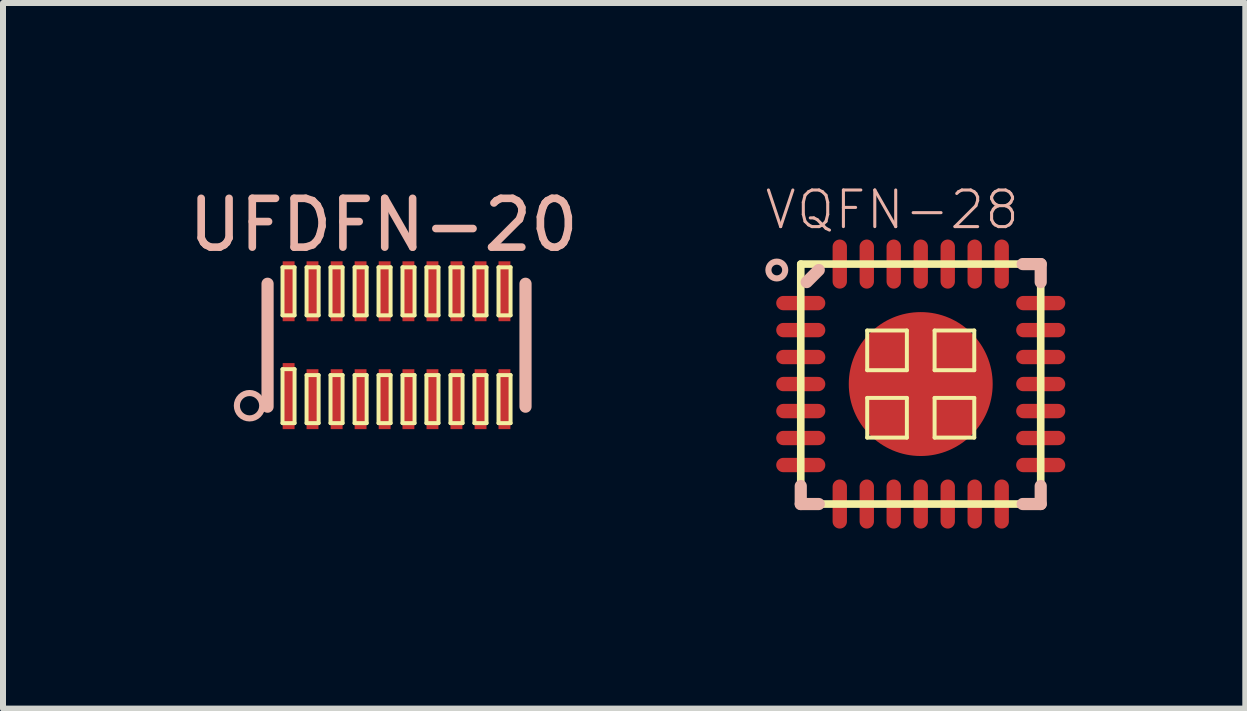
<source format=kicad_pcb>
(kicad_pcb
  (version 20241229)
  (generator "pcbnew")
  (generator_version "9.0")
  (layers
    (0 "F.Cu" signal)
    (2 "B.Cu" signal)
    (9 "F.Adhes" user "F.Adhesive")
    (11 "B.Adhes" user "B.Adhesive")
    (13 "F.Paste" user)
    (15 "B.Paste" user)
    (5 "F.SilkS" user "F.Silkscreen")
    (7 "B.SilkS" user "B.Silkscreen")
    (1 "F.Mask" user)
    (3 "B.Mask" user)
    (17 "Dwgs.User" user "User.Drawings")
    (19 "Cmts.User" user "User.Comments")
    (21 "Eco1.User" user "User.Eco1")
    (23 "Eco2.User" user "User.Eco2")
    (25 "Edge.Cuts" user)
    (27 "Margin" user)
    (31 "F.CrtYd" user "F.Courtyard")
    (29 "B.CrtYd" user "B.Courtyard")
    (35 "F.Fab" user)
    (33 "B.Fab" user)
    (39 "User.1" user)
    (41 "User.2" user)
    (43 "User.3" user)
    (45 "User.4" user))
  (footprint "UFDFN-20"
    (layer "F.Cu")
    (at 3.557 2.702)
    (property "Reference" "UFDFN-20" (at -0.216 -2.004 0) (layer "B.SilkS") (effects (font (size 0.813 0.813) (thickness 0.127))))
    (attr smd)
    (fp_line (start -2.149 -1.024) (end -2.149 1.024) (stroke (width 0.127) (type solid)) (layer "F.SilkS"))
    (fp_line (start -1.9 -1.298) (end -1.699 -1.298) (stroke (width 0.066) (type solid)) (layer "F.SilkS"))
    (fp_line (start -1.9 -0.498) (end -1.9 -1.298) (stroke (width 0.066) (type solid)) (layer "F.SilkS"))
    (fp_line (start -1.9 -0.498) (end -1.699 -0.498) (stroke (width 0.066) (type solid)) (layer "F.SilkS"))
    (fp_line (start -1.9 0.399) (end -1.699 0.399) (stroke (width 0.066) (type solid)) (layer "F.SilkS"))
    (fp_line (start -1.9 1.298) (end -1.9 0.399) (stroke (width 0.066) (type solid)) (layer "F.SilkS"))
    (fp_line (start -1.9 1.298) (end -1.699 1.298) (stroke (width 0.066) (type solid)) (layer "F.SilkS"))
    (fp_line (start -1.699 -0.498) (end -1.699 -1.298) (stroke (width 0.066) (type solid)) (layer "F.SilkS"))
    (fp_line (start -1.699 1.298) (end -1.699 0.399) (stroke (width 0.066) (type solid)) (layer "F.SilkS"))
    (fp_line (start -1.499 -1.298) (end -1.298 -1.298) (stroke (width 0.066) (type solid)) (layer "F.SilkS"))
    (fp_line (start -1.499 -0.498) (end -1.499 -1.298) (stroke (width 0.066) (type solid)) (layer "F.SilkS"))
    (fp_line (start -1.499 -0.498) (end -1.298 -0.498) (stroke (width 0.066) (type solid)) (layer "F.SilkS"))
    (fp_line (start -1.499 0.498) (end -1.298 0.498) (stroke (width 0.066) (type solid)) (layer "F.SilkS"))
    (fp_line (start -1.499 1.298) (end -1.499 0.498) (stroke (width 0.066) (type solid)) (layer "F.SilkS"))
    (fp_line (start -1.499 1.298) (end -1.298 1.298) (stroke (width 0.066) (type solid)) (layer "F.SilkS"))
    (fp_line (start -1.298 -0.498) (end -1.298 -1.298) (stroke (width 0.066) (type solid)) (layer "F.SilkS"))
    (fp_line (start -1.298 1.298) (end -1.298 0.498) (stroke (width 0.066) (type solid)) (layer "F.SilkS"))
    (fp_line (start -1.1 -1.298) (end -0.899 -1.298) (stroke (width 0.066) (type solid)) (layer "F.SilkS"))
    (fp_line (start -1.1 -0.498) (end -1.1 -1.298) (stroke (width 0.066) (type solid)) (layer "F.SilkS"))
    (fp_line (start -1.1 -0.498) (end -0.899 -0.498) (stroke (width 0.066) (type solid)) (layer "F.SilkS"))
    (fp_line (start -1.1 0.498) (end -0.899 0.498) (stroke (width 0.066) (type solid)) (layer "F.SilkS"))
    (fp_line (start -1.1 1.298) (end -1.1 0.498) (stroke (width 0.066) (type solid)) (layer "F.SilkS"))
    (fp_line (start -1.1 1.298) (end -0.899 1.298) (stroke (width 0.066) (type solid)) (layer "F.SilkS"))
    (fp_line (start -0.899 -0.498) (end -0.899 -1.298) (stroke (width 0.066) (type solid)) (layer "F.SilkS"))
    (fp_line (start -0.899 1.298) (end -0.899 0.498) (stroke (width 0.066) (type solid)) (layer "F.SilkS"))
    (fp_line (start -0.699 -1.298) (end -0.498 -1.298) (stroke (width 0.066) (type solid)) (layer "F.SilkS"))
    (fp_line (start -0.699 -0.498) (end -0.699 -1.298) (stroke (width 0.066) (type solid)) (layer "F.SilkS"))
    (fp_line (start -0.699 -0.498) (end -0.498 -0.498) (stroke (width 0.066) (type solid)) (layer "F.SilkS"))
    (fp_line (start -0.699 0.498) (end -0.498 0.498) (stroke (width 0.066) (type solid)) (layer "F.SilkS"))
    (fp_line (start -0.699 1.298) (end -0.699 0.498) (stroke (width 0.066) (type solid)) (layer "F.SilkS"))
    (fp_line (start -0.699 1.298) (end -0.498 1.298) (stroke (width 0.066) (type solid)) (layer "F.SilkS"))
    (fp_line (start -0.498 -0.498) (end -0.498 -1.298) (stroke (width 0.066) (type solid)) (layer "F.SilkS"))
    (fp_line (start -0.498 1.298) (end -0.498 0.498) (stroke (width 0.066) (type solid)) (layer "F.SilkS"))
    (fp_line (start -0.3 -1.298) (end -0.099 -1.298) (stroke (width 0.066) (type solid)) (layer "F.SilkS"))
    (fp_line (start -0.3 -0.498) (end -0.3 -1.298) (stroke (width 0.066) (type solid)) (layer "F.SilkS"))
    (fp_line (start -0.3 -0.498) (end -0.099 -0.498) (stroke (width 0.066) (type solid)) (layer "F.SilkS"))
    (fp_line (start -0.3 0.498) (end -0.099 0.498) (stroke (width 0.066) (type solid)) (layer "F.SilkS"))
    (fp_line (start -0.3 1.298) (end -0.3 0.498) (stroke (width 0.066) (type solid)) (layer "F.SilkS"))
    (fp_line (start -0.3 1.298) (end -0.099 1.298) (stroke (width 0.066) (type solid)) (layer "F.SilkS"))
    (fp_line (start -0.099 -0.498) (end -0.099 -1.298) (stroke (width 0.066) (type solid)) (layer "F.SilkS"))
    (fp_line (start -0.099 1.298) (end -0.099 0.498) (stroke (width 0.066) (type solid)) (layer "F.SilkS"))
    (fp_line (start 0.099 -1.298) (end 0.3 -1.298) (stroke (width 0.066) (type solid)) (layer "F.SilkS"))
    (fp_line (start 0.099 -0.498) (end 0.099 -1.298) (stroke (width 0.066) (type solid)) (layer "F.SilkS"))
    (fp_line (start 0.099 -0.498) (end 0.3 -0.498) (stroke (width 0.066) (type solid)) (layer "F.SilkS"))
    (fp_line (start 0.099 0.498) (end 0.3 0.498) (stroke (width 0.066) (type solid)) (layer "F.SilkS"))
    (fp_line (start 0.099 1.298) (end 0.099 0.498) (stroke (width 0.066) (type solid)) (layer "F.SilkS"))
    (fp_line (start 0.099 1.298) (end 0.3 1.298) (stroke (width 0.066) (type solid)) (layer "F.SilkS"))
    (fp_line (start 0.3 -0.498) (end 0.3 -1.298) (stroke (width 0.066) (type solid)) (layer "F.SilkS"))
    (fp_line (start 0.3 1.298) (end 0.3 0.498) (stroke (width 0.066) (type solid)) (layer "F.SilkS"))
    (fp_line (start 0.498 -1.298) (end 0.699 -1.298) (stroke (width 0.066) (type solid)) (layer "F.SilkS"))
    (fp_line (start 0.498 -0.498) (end 0.498 -1.298) (stroke (width 0.066) (type solid)) (layer "F.SilkS"))
    (fp_line (start 0.498 -0.498) (end 0.699 -0.498) (stroke (width 0.066) (type solid)) (layer "F.SilkS"))
    (fp_line (start 0.498 0.498) (end 0.699 0.498) (stroke (width 0.066) (type solid)) (layer "F.SilkS"))
    (fp_line (start 0.498 1.298) (end 0.498 0.498) (stroke (width 0.066) (type solid)) (layer "F.SilkS"))
    (fp_line (start 0.498 1.298) (end 0.699 1.298) (stroke (width 0.066) (type solid)) (layer "F.SilkS"))
    (fp_line (start 0.699 -0.498) (end 0.699 -1.298) (stroke (width 0.066) (type solid)) (layer "F.SilkS"))
    (fp_line (start 0.699 1.298) (end 0.699 0.498) (stroke (width 0.066) (type solid)) (layer "F.SilkS"))
    (fp_line (start 0.899 -1.298) (end 1.1 -1.298) (stroke (width 0.066) (type solid)) (layer "F.SilkS"))
    (fp_line (start 0.899 -0.498) (end 0.899 -1.298) (stroke (width 0.066) (type solid)) (layer "F.SilkS"))
    (fp_line (start 0.899 -0.498) (end 1.1 -0.498) (stroke (width 0.066) (type solid)) (layer "F.SilkS"))
    (fp_line (start 0.899 0.498) (end 1.1 0.498) (stroke (width 0.066) (type solid)) (layer "F.SilkS"))
    (fp_line (start 0.899 1.298) (end 0.899 0.498) (stroke (width 0.066) (type solid)) (layer "F.SilkS"))
    (fp_line (start 0.899 1.298) (end 1.1 1.298) (stroke (width 0.066) (type solid)) (layer "F.SilkS"))
    (fp_line (start 1.1 -0.498) (end 1.1 -1.298) (stroke (width 0.066) (type solid)) (layer "F.SilkS"))
    (fp_line (start 1.1 1.298) (end 1.1 0.498) (stroke (width 0.066) (type solid)) (layer "F.SilkS"))
    (fp_line (start 1.298 -1.298) (end 1.499 -1.298) (stroke (width 0.066) (type solid)) (layer "F.SilkS"))
    (fp_line (start 1.298 -0.498) (end 1.298 -1.298) (stroke (width 0.066) (type solid)) (layer "F.SilkS"))
    (fp_line (start 1.298 -0.498) (end 1.499 -0.498) (stroke (width 0.066) (type solid)) (layer "F.SilkS"))
    (fp_line (start 1.298 0.498) (end 1.499 0.498) (stroke (width 0.066) (type solid)) (layer "F.SilkS"))
    (fp_line (start 1.298 1.298) (end 1.298 0.498) (stroke (width 0.066) (type solid)) (layer "F.SilkS"))
    (fp_line (start 1.298 1.298) (end 1.499 1.298) (stroke (width 0.066) (type solid)) (layer "F.SilkS"))
    (fp_line (start 1.499 -0.498) (end 1.499 -1.298) (stroke (width 0.066) (type solid)) (layer "F.SilkS"))
    (fp_line (start 1.499 1.298) (end 1.499 0.498) (stroke (width 0.066) (type solid)) (layer "F.SilkS"))
    (fp_line (start 1.699 -1.298) (end 1.9 -1.298) (stroke (width 0.066) (type solid)) (layer "F.SilkS"))
    (fp_line (start 1.699 -0.498) (end 1.699 -1.298) (stroke (width 0.066) (type solid)) (layer "F.SilkS"))
    (fp_line (start 1.699 -0.498) (end 1.9 -0.498) (stroke (width 0.066) (type solid)) (layer "F.SilkS"))
    (fp_line (start 1.699 0.498) (end 1.9 0.498) (stroke (width 0.066) (type solid)) (layer "F.SilkS"))
    (fp_line (start 1.699 1.298) (end 1.699 0.498) (stroke (width 0.066) (type solid)) (layer "F.SilkS"))
    (fp_line (start 1.699 1.298) (end 1.9 1.298) (stroke (width 0.066) (type solid)) (layer "F.SilkS"))
    (fp_line (start 1.9 -0.498) (end 1.9 -1.298) (stroke (width 0.066) (type solid)) (layer "F.SilkS"))
    (fp_line (start 1.9 1.298) (end 1.9 0.498) (stroke (width 0.066) (type solid)) (layer "F.SilkS"))
    (fp_line (start 2.149 -1.024) (end 2.149 1.024) (stroke (width 0.127) (type solid)) (layer "F.SilkS"))
    (fp_circle (center -2.449 1.008) (end -2.598 1.158) (stroke (width 0.064) (type solid)) (fill no) (layer "F.SilkS"))
    (fp_line (start -2.149 -1.024) (end -2.149 1.024) (stroke (width 0.203) (type solid)) (layer "B.SilkS"))
    (fp_line (start 2.149 -1.024) (end 2.149 1.024) (stroke (width 0.203) (type solid)) (layer "B.SilkS"))
    (fp_circle (center -2.449 1.008) (end -2.598 1.158) (stroke (width 0.102) (type solid)) (fill no) (layer "B.SilkS"))
    (pad "1" smd rect (at -1.798 0.848 90) (size 1.1 0.198) (layers "F.Cu" "F.Mask" "F.Paste"))
    (pad "2" smd rect (at -1.4 0.899 90) (size 0.998 0.198) (layers "F.Cu" "F.Mask" "F.Paste"))
    (pad "3" smd rect (at -0.998 0.899 90) (size 0.998 0.198) (layers "F.Cu" "F.Mask" "F.Paste"))
    (pad "4" smd rect (at -0.599 0.899 90) (size 0.998 0.198) (layers "F.Cu" "F.Mask" "F.Paste"))
    (pad "5" smd rect (at -0.198 0.899 90) (size 0.998 0.198) (layers "F.Cu" "F.Mask" "F.Paste"))
    (pad "6" smd rect (at 0.198 0.899 90) (size 0.998 0.198) (layers "F.Cu" "F.Mask" "F.Paste"))
    (pad "7" smd rect (at 0.599 0.899 90) (size 0.998 0.198) (layers "F.Cu" "F.Mask" "F.Paste"))
    (pad "8" smd rect (at 0.998 0.899 90) (size 0.998 0.198) (layers "F.Cu" "F.Mask" "F.Paste"))
    (pad "9" smd rect (at 1.4 0.899 90) (size 0.998 0.198) (layers "F.Cu" "F.Mask" "F.Paste"))
    (pad "10" smd rect (at 1.798 0.899 90) (size 0.998 0.198) (layers "F.Cu" "F.Mask" "F.Paste"))
    (pad "11" smd rect (at 1.798 -0.899 90) (size 0.998 0.198) (layers "F.Cu" "F.Mask" "F.Paste"))
    (pad "12" smd rect (at 1.4 -0.899 90) (size 0.998 0.198) (layers "F.Cu" "F.Mask" "F.Paste"))
    (pad "13" smd rect (at 0.998 -0.899 90) (size 0.998 0.198) (layers "F.Cu" "F.Mask" "F.Paste"))
    (pad "14" smd rect (at 0.599 -0.899 90) (size 0.998 0.198) (layers "F.Cu" "F.Mask" "F.Paste"))
    (pad "15" smd rect (at 0.198 -0.899 90) (size 0.998 0.198) (layers "F.Cu" "F.Mask" "F.Paste"))
    (pad "16" smd rect (at -0.198 -0.899 90) (size 0.998 0.198) (layers "F.Cu" "F.Mask" "F.Paste"))
    (pad "17" smd rect (at -0.599 -0.899 90) (size 0.998 0.198) (layers "F.Cu" "F.Mask" "F.Paste"))
    (pad "18" smd rect (at -0.998 -0.899 90) (size 0.998 0.198) (layers "F.Cu" "F.Mask" "F.Paste"))
    (pad "19" smd rect (at -1.4 -0.899 90) (size 0.998 0.198) (layers "F.Cu" "F.Mask" "F.Paste"))
    (pad "20" smd rect (at -1.798 -0.899 90) (size 0.998 0.198) (layers "F.Cu" "F.Mask" "F.Paste")))
  (footprint "VQFN-28"
    (layer "F.Cu")
    (at 12.291 3.349)
    (property "Reference" "VQFN-28" (at -0.475 -2.903 0) (layer "B.SilkS") (effects (font (size 0.61 0.61) (thickness 0.051))))
    (attr smd)
    (fp_line (start -1.999 -1.999) (end 1.999 -1.999) (stroke (width 0.127) (type solid)) (layer "F.SilkS"))
    (fp_line (start -1.999 1.999) (end -1.999 -1.999) (stroke (width 0.127) (type solid)) (layer "F.SilkS"))
    (fp_line (start -0.892 -0.892) (end -0.231 -0.892) (stroke (width 0.066) (type solid)) (layer "F.SilkS"))
    (fp_line (start -0.892 -0.231) (end -0.892 -0.892) (stroke (width 0.066) (type solid)) (layer "F.SilkS"))
    (fp_line (start -0.892 -0.231) (end -0.231 -0.231) (stroke (width 0.066) (type solid)) (layer "F.SilkS"))
    (fp_line (start -0.892 0.231) (end -0.231 0.231) (stroke (width 0.066) (type solid)) (layer "F.SilkS"))
    (fp_line (start -0.892 0.892) (end -0.892 0.231) (stroke (width 0.066) (type solid)) (layer "F.SilkS"))
    (fp_line (start -0.892 0.892) (end -0.231 0.892) (stroke (width 0.066) (type solid)) (layer "F.SilkS"))
    (fp_line (start -0.231 -0.231) (end -0.231 -0.892) (stroke (width 0.066) (type solid)) (layer "F.SilkS"))
    (fp_line (start -0.231 0.892) (end -0.231 0.231) (stroke (width 0.066) (type solid)) (layer "F.SilkS"))
    (fp_line (start 0.231 -0.892) (end 0.892 -0.892) (stroke (width 0.066) (type solid)) (layer "F.SilkS"))
    (fp_line (start 0.231 -0.231) (end 0.231 -0.892) (stroke (width 0.066) (type solid)) (layer "F.SilkS"))
    (fp_line (start 0.231 -0.231) (end 0.892 -0.231) (stroke (width 0.066) (type solid)) (layer "F.SilkS"))
    (fp_line (start 0.231 0.231) (end 0.892 0.231) (stroke (width 0.066) (type solid)) (layer "F.SilkS"))
    (fp_line (start 0.231 0.892) (end 0.231 0.231) (stroke (width 0.066) (type solid)) (layer "F.SilkS"))
    (fp_line (start 0.231 0.892) (end 0.892 0.892) (stroke (width 0.066) (type solid)) (layer "F.SilkS"))
    (fp_line (start 0.892 -0.231) (end 0.892 -0.892) (stroke (width 0.066) (type solid)) (layer "F.SilkS"))
    (fp_line (start 0.892 0.892) (end 0.892 0.231) (stroke (width 0.066) (type solid)) (layer "F.SilkS"))
    (fp_line (start 1.999 -1.999) (end 1.999 1.999) (stroke (width 0.127) (type solid)) (layer "F.SilkS"))
    (fp_line (start 1.999 1.999) (end -1.999 1.999) (stroke (width 0.127) (type solid)) (layer "F.SilkS"))
    (fp_line (start -1.999 1.999) (end -1.999 1.699) (stroke (width 0.203) (type solid)) (layer "B.SilkS"))
    (fp_line (start -1.999 1.999) (end -1.699 1.999) (stroke (width 0.203) (type solid)) (layer "B.SilkS"))
    (fp_line (start -1.9 -1.699) (end -1.699 -1.9) (stroke (width 0.203) (type solid)) (layer "B.SilkS"))
    (fp_line (start 1.999 -1.999) (end 1.699 -1.999) (stroke (width 0.203) (type solid)) (layer "B.SilkS"))
    (fp_line (start 1.999 -1.999) (end 1.999 -1.699) (stroke (width 0.203) (type solid)) (layer "B.SilkS"))
    (fp_line (start 1.999 1.999) (end 1.699 1.999) (stroke (width 0.203) (type solid)) (layer "B.SilkS"))
    (fp_line (start 1.999 1.999) (end 1.999 1.699) (stroke (width 0.203) (type solid)) (layer "B.SilkS"))
    (fp_circle (center -2.398 -1.9) (end -2.497 -1.999) (stroke (width 0.102) (type solid)) (fill no) (layer "B.SilkS"))
    (pad "1" smd oval (at -1.999 -1.349) (size 0.818 0.239) (layers "F.Cu" "F.Mask" "F.Paste"))
    (pad "2" smd oval (at -1.999 -0.899) (size 0.818 0.239) (layers "F.Cu" "F.Mask" "F.Paste"))
    (pad "3" smd oval (at -1.999 -0.45) (size 0.818 0.239) (layers "F.Cu" "F.Mask" "F.Paste"))
    (pad "4" smd oval (at -1.999 0) (size 0.818 0.239) (layers "F.Cu" "F.Mask" "F.Paste"))
    (pad "5" smd oval (at -1.999 0.45) (size 0.818 0.239) (layers "F.Cu" "F.Mask" "F.Paste"))
    (pad "6" smd oval (at -1.999 0.899) (size 0.818 0.239) (layers "F.Cu" "F.Mask" "F.Paste"))
    (pad "7" smd oval (at -1.999 1.349) (size 0.818 0.239) (layers "F.Cu" "F.Mask" "F.Paste"))
    (pad "8" smd oval (at -1.349 1.999 90) (size 0.818 0.239) (layers "F.Cu" "F.Mask" "F.Paste"))
    (pad "9" smd oval (at -0.899 1.999 90) (size 0.818 0.239) (layers "F.Cu" "F.Mask" "F.Paste"))
    (pad "10" smd oval (at -0.45 1.999 90) (size 0.818 0.239) (layers "F.Cu" "F.Mask" "F.Paste"))
    (pad "11" smd oval (at 0 1.999 90) (size 0.818 0.239) (layers "F.Cu" "F.Mask" "F.Paste"))
    (pad "12" smd oval (at 0.45 1.999 90) (size 0.818 0.239) (layers "F.Cu" "F.Mask" "F.Paste"))
    (pad "13" smd oval (at 0.899 1.999 90) (size 0.818 0.239) (layers "F.Cu" "F.Mask" "F.Paste"))
    (pad "14" smd oval (at 1.349 1.999 90) (size 0.818 0.239) (layers "F.Cu" "F.Mask" "F.Paste"))
    (pad "15" smd oval (at 1.999 1.349 180) (size 0.818 0.239) (layers "F.Cu" "F.Mask" "F.Paste"))
    (pad "16" smd oval (at 1.999 0.899 180) (size 0.818 0.239) (layers "F.Cu" "F.Mask" "F.Paste"))
    (pad "17" smd oval (at 1.999 0.45 180) (size 0.818 0.239) (layers "F.Cu" "F.Mask" "F.Paste"))
    (pad "18" smd oval (at 1.999 0 180) (size 0.818 0.239) (layers "F.Cu" "F.Mask" "F.Paste"))
    (pad "19" smd oval (at 1.999 -0.45 180) (size 0.818 0.239) (layers "F.Cu" "F.Mask" "F.Paste"))
    (pad "20" smd oval (at 1.999 -0.899 180) (size 0.818 0.239) (layers "F.Cu" "F.Mask" "F.Paste"))
    (pad "21" smd oval (at 1.999 -1.349 180) (size 0.818 0.239) (layers "F.Cu" "F.Mask" "F.Paste"))
    (pad "22" smd oval (at 1.349 -1.999 270) (size 0.818 0.239) (layers "F.Cu" "F.Mask" "F.Paste"))
    (pad "23" smd oval (at 0.899 -1.999 270) (size 0.818 0.239) (layers "F.Cu" "F.Mask" "F.Paste"))
    (pad "24" smd oval (at 0.45 -1.999 270) (size 0.818 0.239) (layers "F.Cu" "F.Mask" "F.Paste"))
    (pad "25" smd oval (at 0 -1.999 270) (size 0.818 0.239) (layers "F.Cu" "F.Mask" "F.Paste"))
    (pad "26" smd oval (at -0.45 -1.999 270) (size 0.818 0.239) (layers "F.Cu" "F.Mask" "F.Paste"))
    (pad "27" smd oval (at -0.899 -1.999 270) (size 0.818 0.239) (layers "F.Cu" "F.Mask" "F.Paste"))
    (pad "28" smd oval (at -1.349 -1.999 270) (size 0.818 0.239) (layers "F.Cu" "F.Mask" "F.Paste"))
    (pad "PAD" smd oval (at 0 0) (size 2.398 2.398) (layers "F.Cu" "F.Mask" "F.Paste")))
  (gr_rect
    (start -3 -3)
    (end 17.699 8.757)
    (stroke (width 0.1) (type default))
    (fill no)
    (layer "Edge.Cuts")))
</source>
